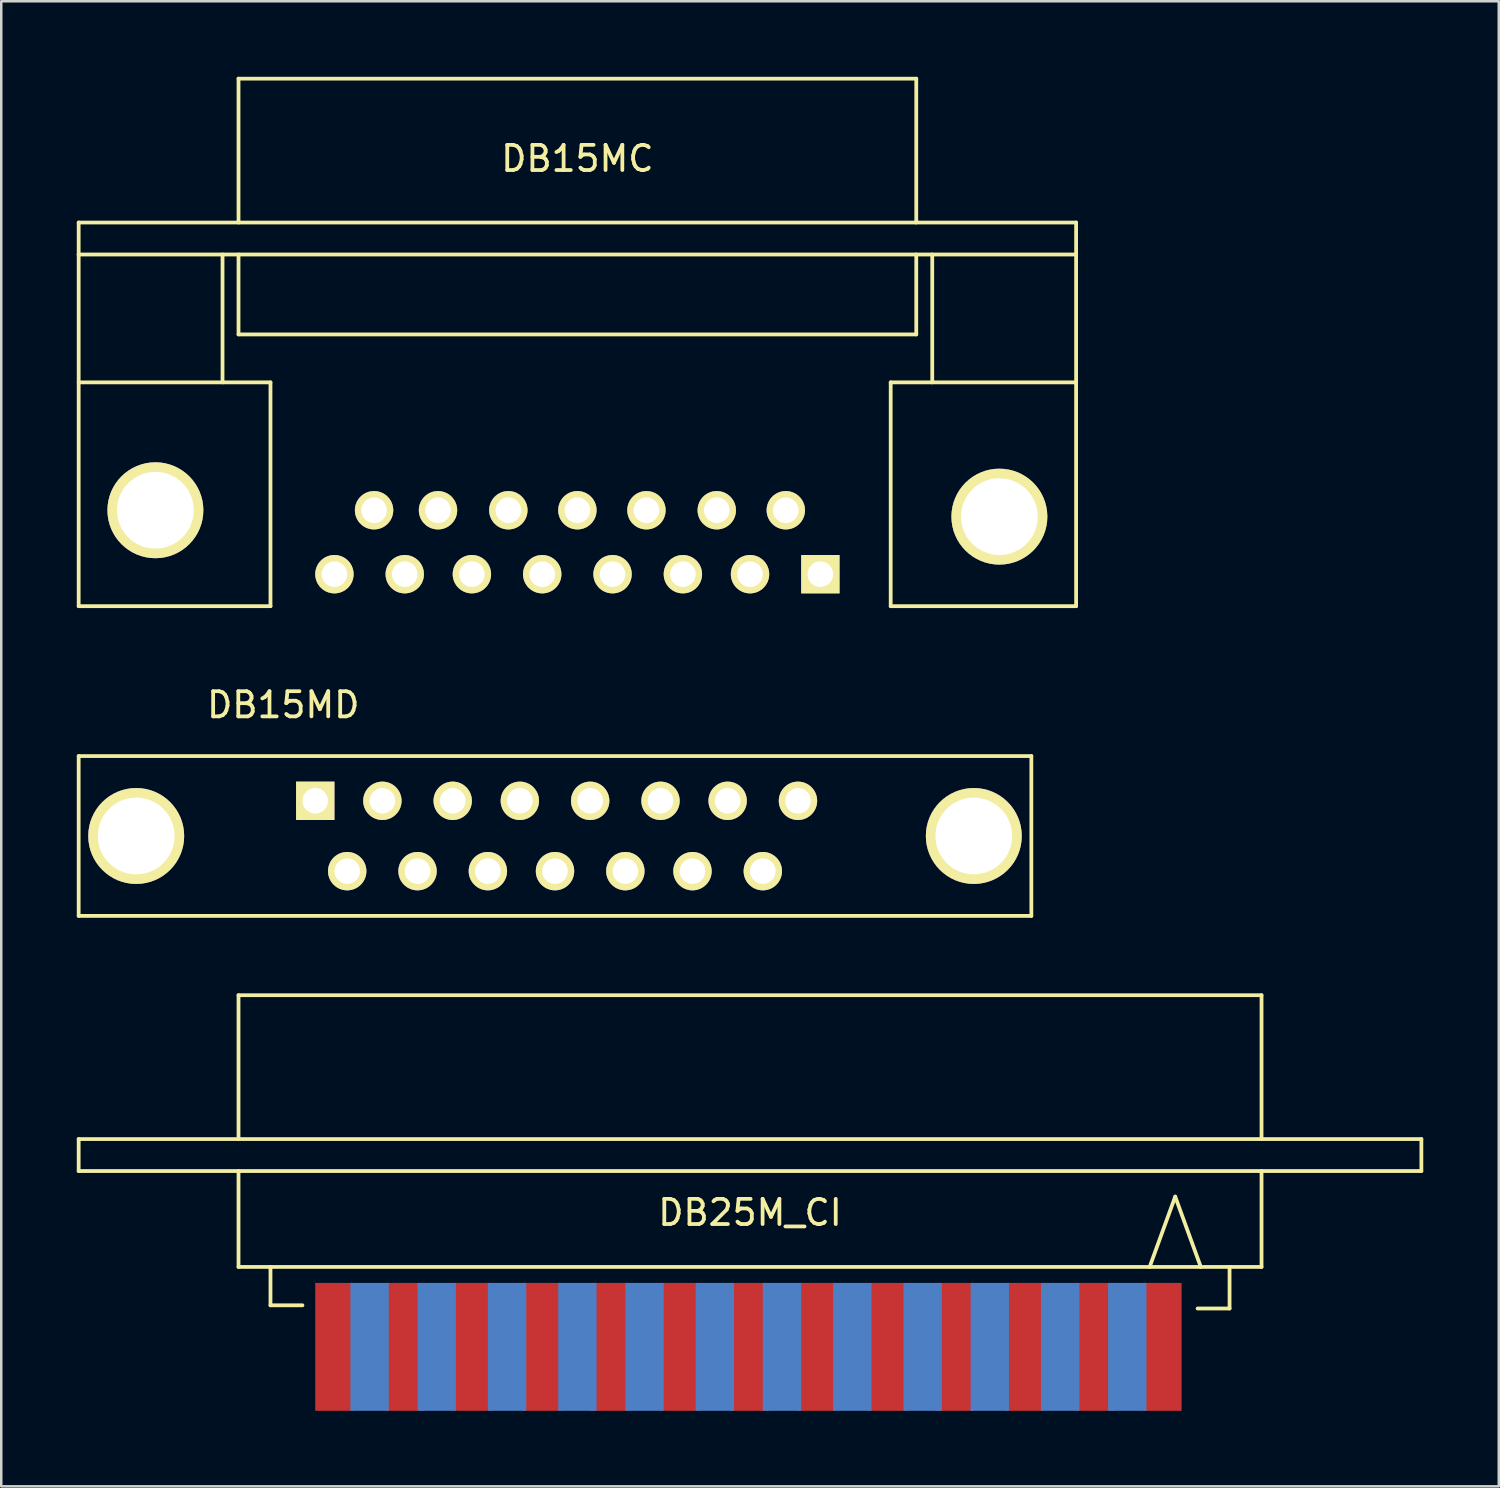
<source format=kicad_pcb>
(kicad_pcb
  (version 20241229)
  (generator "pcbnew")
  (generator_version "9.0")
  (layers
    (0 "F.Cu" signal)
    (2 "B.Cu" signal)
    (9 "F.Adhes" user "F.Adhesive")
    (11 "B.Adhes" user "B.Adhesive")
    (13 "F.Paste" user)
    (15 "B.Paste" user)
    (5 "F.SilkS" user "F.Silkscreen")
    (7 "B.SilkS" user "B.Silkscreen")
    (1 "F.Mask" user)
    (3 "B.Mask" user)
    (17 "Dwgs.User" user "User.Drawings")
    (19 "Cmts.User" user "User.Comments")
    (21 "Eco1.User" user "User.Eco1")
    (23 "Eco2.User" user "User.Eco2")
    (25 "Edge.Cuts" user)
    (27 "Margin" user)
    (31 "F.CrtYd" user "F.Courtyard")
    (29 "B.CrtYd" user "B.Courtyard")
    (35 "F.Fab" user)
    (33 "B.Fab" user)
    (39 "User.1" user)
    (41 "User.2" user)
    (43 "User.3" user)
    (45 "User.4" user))
  (footprint "DB15MC"
    (layer "F.Cu")
    (at 19.887 18.49)
    (property "Reference" "DB15MC" (at 0 -15.24 0) (layer "F.SilkS") (effects (font (size 1 1) (thickness 0.15))))
    (attr through_hole)
    (fp_line (start -19.812 -12.7) (end -19.812 -11.43) (stroke (width 0.15) (type solid)) (layer "F.SilkS"))
    (fp_line (start -19.812 -6.35) (end -12.192 -6.35) (stroke (width 0.15) (type solid)) (layer "F.SilkS"))
    (fp_line (start -19.812 2.54) (end -19.812 -11.43) (stroke (width 0.15) (type solid)) (layer "F.SilkS"))
    (fp_line (start -19.812 2.54) (end -12.192 2.54) (stroke (width 0.15) (type solid)) (layer "F.SilkS"))
    (fp_line (start -14.097 -11.43) (end -14.097 -6.35) (stroke (width 0.15) (type solid)) (layer "F.SilkS"))
    (fp_line (start -13.462 -18.415) (end -13.462 -12.7) (stroke (width 0.15) (type solid)) (layer "F.SilkS"))
    (fp_line (start -13.462 -18.415) (end 13.462 -18.415) (stroke (width 0.15) (type solid)) (layer "F.SilkS"))
    (fp_line (start -13.462 -8.255) (end -13.462 -11.43) (stroke (width 0.15) (type solid)) (layer "F.SilkS"))
    (fp_line (start -12.192 -6.35) (end -12.192 2.54) (stroke (width 0.15) (type solid)) (layer "F.SilkS"))
    (fp_line (start 12.446 -6.35) (end 19.812 -6.35) (stroke (width 0.15) (type solid)) (layer "F.SilkS"))
    (fp_line (start 12.446 2.54) (end 12.446 -6.35) (stroke (width 0.15) (type solid)) (layer "F.SilkS"))
    (fp_line (start 13.462 -12.7) (end 13.462 -18.415) (stroke (width 0.15) (type solid)) (layer "F.SilkS"))
    (fp_line (start 13.462 -8.255) (end -13.462 -8.255) (stroke (width 0.15) (type solid)) (layer "F.SilkS"))
    (fp_line (start 13.462 -8.255) (end 13.462 -11.43) (stroke (width 0.15) (type solid)) (layer "F.SilkS"))
    (fp_line (start 14.097 -6.35) (end 14.097 -11.43) (stroke (width 0.15) (type solid)) (layer "F.SilkS"))
    (fp_line (start 19.812 -12.7) (end -19.812 -12.7) (stroke (width 0.15) (type solid)) (layer "F.SilkS"))
    (fp_line (start 19.812 -11.43) (end -19.812 -11.43) (stroke (width 0.15) (type solid)) (layer "F.SilkS"))
    (fp_line (start 19.812 2.54) (end 12.446 2.54) (stroke (width 0.15) (type solid)) (layer "F.SilkS"))
    (fp_line (start 19.812 2.54) (end 19.812 -12.7) (stroke (width 0.15) (type solid)) (layer "F.SilkS"))
    (pad "" thru_hole circle (at -16.764 -1.27) (size 3.81 3.81) (drill 3.048) (layers "*.Cu" "*.Mask" "F.SilkS"))
    (pad "" thru_hole circle (at 16.764 -1.016) (size 3.81 3.81) (drill 3.048) (layers "*.Cu" "*.Mask" "F.SilkS"))
    (pad "1" thru_hole rect (at 9.652 1.27) (size 1.524 1.524) (drill 1.016) (layers "*.Cu" "*.Mask" "F.SilkS"))
    (pad "2" thru_hole circle (at 6.858 1.27) (size 1.524 1.524) (drill 1.016) (layers "*.Cu" "*.Mask" "F.SilkS"))
    (pad "3" thru_hole circle (at 4.191 1.27) (size 1.524 1.524) (drill 1.016) (layers "*.Cu" "*.Mask" "F.SilkS"))
    (pad "4" thru_hole circle (at 1.397 1.27) (size 1.524 1.524) (drill 1.016) (layers "*.Cu" "*.Mask" "F.SilkS"))
    (pad "5" thru_hole circle (at -1.397 1.27) (size 1.524 1.524) (drill 1.016) (layers "*.Cu" "*.Mask" "F.SilkS"))
    (pad "6" thru_hole circle (at -4.191 1.27) (size 1.524 1.524) (drill 1.016) (layers "*.Cu" "*.Mask" "F.SilkS"))
    (pad "7" thru_hole circle (at -6.858 1.27) (size 1.524 1.524) (drill 1.016) (layers "*.Cu" "*.Mask" "F.SilkS"))
    (pad "8" thru_hole circle (at -9.652 1.27) (size 1.524 1.524) (drill 1.016) (layers "*.Cu" "*.Mask" "F.SilkS"))
    (pad "9" thru_hole circle (at 8.28 -1.27) (size 1.524 1.524) (drill 1.016) (layers "*.Cu" "*.Mask" "F.SilkS"))
    (pad "10" thru_hole circle (at 5.537 -1.27) (size 1.524 1.524) (drill 1.016) (layers "*.Cu" "*.Mask" "F.SilkS"))
    (pad "11" thru_hole circle (at 2.743 -1.27) (size 1.524 1.524) (drill 1.016) (layers "*.Cu" "*.Mask" "F.SilkS"))
    (pad "12" thru_hole circle (at 0 -1.27) (size 1.524 1.524) (drill 1.016) (layers "*.Cu" "*.Mask" "F.SilkS"))
    (pad "13" thru_hole circle (at -2.743 -1.27) (size 1.524 1.524) (drill 1.016) (layers "*.Cu" "*.Mask" "F.SilkS"))
    (pad "14" thru_hole circle (at -5.537 -1.27) (size 1.524 1.524) (drill 1.016) (layers "*.Cu" "*.Mask" "F.SilkS"))
    (pad "15" thru_hole circle (at -8.077 -1.27) (size 1.524 1.524) (drill 1.016) (layers "*.Cu" "*.Mask" "F.SilkS")))
  (footprint "DB25M_CI"
    (layer "F.Cu")
    (at 26.745 47.788)
    (property "Reference" "DB25M_CI" (at 0 -2.667 180) (layer "F.SilkS") (effects (font (size 1 1) (thickness 0.15))))
    (attr through_hole)
    (fp_line (start -26.67 -5.588) (end -26.67 -4.318) (stroke (width 0.15) (type solid)) (layer "F.SilkS"))
    (fp_line (start -26.67 -4.318) (end 26.67 -4.318) (stroke (width 0.15) (type solid)) (layer "F.SilkS"))
    (fp_line (start -20.32 -11.303) (end 20.32 -11.303) (stroke (width 0.15) (type solid)) (layer "F.SilkS"))
    (fp_line (start -20.32 -5.588) (end -20.32 -11.303) (stroke (width 0.15) (type solid)) (layer "F.SilkS"))
    (fp_line (start -20.32 -0.508) (end -20.32 -4.318) (stroke (width 0.15) (type solid)) (layer "F.SilkS"))
    (fp_line (start -19.05 -0.508) (end -19.05 1.016) (stroke (width 0.15) (type solid)) (layer "F.SilkS"))
    (fp_line (start -19.05 1.016) (end -17.78 1.016) (stroke (width 0.15) (type solid)) (layer "F.SilkS"))
    (fp_line (start 15.875 -0.508) (end 16.891 -3.302) (stroke (width 0.15) (type solid)) (layer "F.SilkS"))
    (fp_line (start 16.891 -3.302) (end 17.907 -0.508) (stroke (width 0.15) (type solid)) (layer "F.SilkS"))
    (fp_line (start 19.05 -0.508) (end 19.05 1.143) (stroke (width 0.15) (type solid)) (layer "F.SilkS"))
    (fp_line (start 19.05 1.143) (end 17.78 1.143) (stroke (width 0.15) (type solid)) (layer "F.SilkS"))
    (fp_line (start 20.32 -11.303) (end 20.32 -5.588) (stroke (width 0.15) (type solid)) (layer "F.SilkS"))
    (fp_line (start 20.32 -4.318) (end 20.32 -0.508) (stroke (width 0.15) (type solid)) (layer "F.SilkS"))
    (fp_line (start 20.32 -0.508) (end -20.32 -0.508) (stroke (width 0.15) (type solid)) (layer "F.SilkS"))
    (fp_line (start 26.67 -5.588) (end -26.67 -5.588) (stroke (width 0.15) (type solid)) (layer "F.SilkS"))
    (fp_line (start 26.67 -5.588) (end 26.67 -4.318) (stroke (width 0.15) (type solid)) (layer "F.SilkS"))
    (pad "1" connect rect (at 16.383 2.667 90) (size 5.08 1.524) (layers "F.Cu" "F.Mask"))
    (pad "2" connect rect (at 13.716 2.667 90) (size 5.08 1.524) (layers "F.Cu" "F.Mask"))
    (pad "3" connect rect (at 10.922 2.667 90) (size 5.08 1.524) (layers "F.Cu" "F.Mask"))
    (pad "4" connect rect (at 8.128 2.667 90) (size 5.08 1.524) (layers "F.Cu" "F.Mask"))
    (pad "5" connect rect (at 5.461 2.667 90) (size 5.08 1.524) (layers "F.Cu" "F.Mask"))
    (pad "6" connect rect (at 2.667 2.667 90) (size 5.08 1.524) (layers "F.Cu" "F.Mask"))
    (pad "7" connect rect (at 0 2.667 90) (size 5.08 1.524) (layers "F.Cu" "F.Mask"))
    (pad "8" connect rect (at -2.794 2.667 90) (size 5.08 1.524) (layers "F.Cu" "F.Mask"))
    (pad "9" connect rect (at -5.588 2.667 90) (size 5.08 1.524) (layers "F.Cu" "F.Mask"))
    (pad "10" connect rect (at -8.255 2.667 90) (size 5.08 1.524) (layers "F.Cu" "F.Mask"))
    (pad "11" connect rect (at -11.049 2.667 90) (size 5.08 1.524) (layers "F.Cu" "F.Mask"))
    (pad "12" connect rect (at -13.716 2.667 90) (size 5.08 1.524) (layers "F.Cu" "F.Mask"))
    (pad "13" connect rect (at -16.51 2.667 90) (size 5.08 1.524) (layers "F.Cu" "F.Mask"))
    (pad "14" connect rect (at 14.986 2.667 90) (size 5.08 1.524) (layers "B.Cu" "B.Mask"))
    (pad "15" connect rect (at 12.319 2.667 90) (size 5.08 1.524) (layers "B.Cu" "B.Mask"))
    (pad "16" connect rect (at 9.525 2.667 90) (size 5.08 1.524) (layers "B.Cu" "B.Mask"))
    (pad "17" connect rect (at 6.858 2.667 90) (size 5.08 1.524) (layers "B.Cu" "B.Mask"))
    (pad "18" connect rect (at 4.064 2.667 90) (size 5.08 1.524) (layers "B.Cu" "B.Mask"))
    (pad "19" connect rect (at 1.27 2.667 90) (size 5.08 1.524) (layers "B.Cu" "B.Mask"))
    (pad "20" connect rect (at -1.397 2.667 90) (size 5.08 1.524) (layers "B.Cu" "B.Mask"))
    (pad "21" connect rect (at -4.191 2.667 90) (size 5.08 1.524) (layers "B.Cu" "B.Mask"))
    (pad "22" connect rect (at -6.858 2.667 90) (size 5.08 1.524) (layers "B.Cu" "B.Mask"))
    (pad "23" connect rect (at -9.652 2.667 90) (size 5.08 1.524) (layers "B.Cu" "B.Mask"))
    (pad "24" connect rect (at -12.446 2.667 90) (size 5.08 1.524) (layers "B.Cu" "B.Mask"))
    (pad "25" connect rect (at -15.113 2.667 90) (size 5.08 1.524) (layers "B.Cu" "B.Mask")))
  (footprint "DB15MD"
    (layer "F.Cu")
    (at 19.633 30.033)
    (property "Reference" "DB15MD" (at -11.43 -5.08 180) (layer "F.SilkS") (effects (font (size 1 1) (thickness 0.15))))
    (attr through_hole)
    (fp_line (start -19.558 -3.048) (end -19.558 3.302) (stroke (width 0.15) (type solid)) (layer "F.SilkS"))
    (fp_line (start -19.558 3.302) (end 18.288 3.302) (stroke (width 0.15) (type solid)) (layer "F.SilkS"))
    (fp_line (start 18.288 -3.048) (end -19.558 -3.048) (stroke (width 0.15) (type solid)) (layer "F.SilkS"))
    (fp_line (start 18.288 3.302) (end 18.288 -3.048) (stroke (width 0.15) (type solid)) (layer "F.SilkS"))
    (pad "0" thru_hole circle (at -17.272 0.127) (size 3.81 3.81) (drill 3.048) (layers "*.Cu" "*.Mask" "F.SilkS"))
    (pad "0" thru_hole circle (at 16.002 0.127) (size 3.81 3.81) (drill 3.048) (layers "*.Cu" "*.Mask" "F.SilkS"))
    (pad "1" thru_hole rect (at -10.16 -1.27) (size 1.524 1.524) (drill 1.016) (layers "*.Cu" "*.Mask" "F.SilkS"))
    (pad "2" thru_hole circle (at -7.493 -1.27) (size 1.524 1.524) (drill 1.016) (layers "*.Cu" "*.Mask" "F.SilkS"))
    (pad "3" thru_hole circle (at -4.699 -1.27) (size 1.524 1.524) (drill 1.016) (layers "*.Cu" "*.Mask" "F.SilkS"))
    (pad "4" thru_hole circle (at -2.032 -1.27) (size 1.524 1.524) (drill 1.016) (layers "*.Cu" "*.Mask" "F.SilkS"))
    (pad "5" thru_hole circle (at 0.762 -1.27) (size 1.524 1.524) (drill 1.016) (layers "*.Cu" "*.Mask" "F.SilkS"))
    (pad "6" thru_hole circle (at 3.556 -1.27) (size 1.524 1.524) (drill 1.016) (layers "*.Cu" "*.Mask" "F.SilkS"))
    (pad "7" thru_hole circle (at 6.223 -1.27) (size 1.524 1.524) (drill 1.016) (layers "*.Cu" "*.Mask" "F.SilkS"))
    (pad "8" thru_hole circle (at 9.017 -1.27) (size 1.524 1.524) (drill 1.016) (layers "*.Cu" "*.Mask" "F.SilkS"))
    (pad "9" thru_hole circle (at -8.89 1.524) (size 1.524 1.524) (drill 1.016) (layers "*.Cu" "*.Mask" "F.SilkS"))
    (pad "10" thru_hole circle (at -6.096 1.524) (size 1.524 1.524) (drill 1.016) (layers "*.Cu" "*.Mask" "F.SilkS"))
    (pad "11" thru_hole circle (at -3.302 1.524) (size 1.524 1.524) (drill 1.016) (layers "*.Cu" "*.Mask" "F.SilkS"))
    (pad "12" thru_hole circle (at -0.635 1.524) (size 1.524 1.524) (drill 1.016) (layers "*.Cu" "*.Mask" "F.SilkS"))
    (pad "13" thru_hole circle (at 2.159 1.524) (size 1.524 1.524) (drill 1.016) (layers "*.Cu" "*.Mask" "F.SilkS"))
    (pad "14" thru_hole circle (at 4.826 1.524) (size 1.524 1.524) (drill 1.016) (layers "*.Cu" "*.Mask" "F.SilkS"))
    (pad "15" thru_hole circle (at 7.62 1.524) (size 1.524 1.524) (drill 1.016) (layers "*.Cu" "*.Mask" "F.SilkS")))
  (gr_rect
    (start -3 -3)
    (end 56.49 55.995)
    (stroke (width 0.1) (type default))
    (fill no)
    (layer "Edge.Cuts")))
</source>
